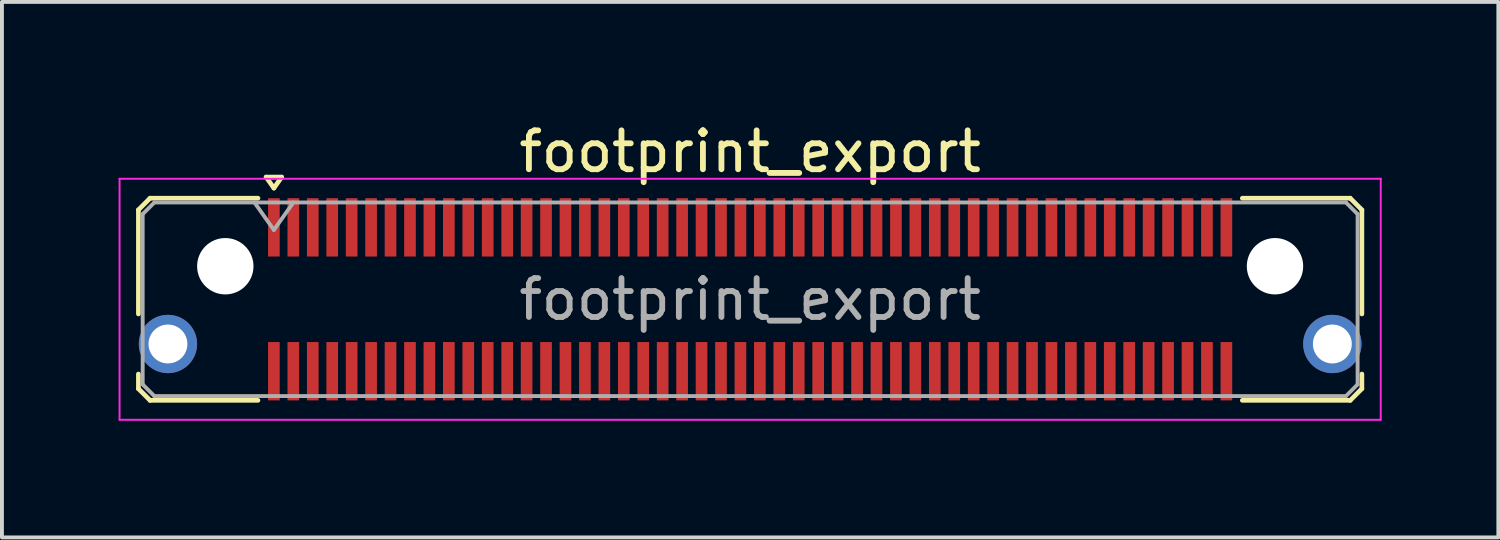
<source format=kicad_pcb>
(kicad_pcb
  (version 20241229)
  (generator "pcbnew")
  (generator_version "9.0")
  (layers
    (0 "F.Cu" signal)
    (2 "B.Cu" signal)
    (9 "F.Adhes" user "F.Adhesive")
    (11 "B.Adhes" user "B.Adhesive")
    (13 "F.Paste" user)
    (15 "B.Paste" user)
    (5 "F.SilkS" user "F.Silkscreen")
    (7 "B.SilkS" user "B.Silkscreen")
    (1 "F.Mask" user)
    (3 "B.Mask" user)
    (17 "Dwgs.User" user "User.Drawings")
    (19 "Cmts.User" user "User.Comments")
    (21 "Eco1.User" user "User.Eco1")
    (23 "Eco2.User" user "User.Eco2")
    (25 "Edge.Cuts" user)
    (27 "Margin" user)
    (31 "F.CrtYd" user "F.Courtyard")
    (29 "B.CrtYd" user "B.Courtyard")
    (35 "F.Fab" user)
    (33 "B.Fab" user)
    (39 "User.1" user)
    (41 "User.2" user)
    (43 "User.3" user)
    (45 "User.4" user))
  (footprint "footprint_export"
    (layer "F.Cu")
    (at 16.245 4.648)
    (property "Reference" "footprint_export" (at 0 -3.8 0) (layer "F.SilkS") (effects (font (size 1 1) (thickness 0.15))))
    (attr smd)
    (fp_line (start -15.735 -2.3) (end -15.735 0.377) (stroke (width 0.12) (type solid)) (layer "F.SilkS"))
    (fp_line (start -15.735 1.923) (end -15.735 2.3) (stroke (width 0.12) (type solid)) (layer "F.SilkS"))
    (fp_line (start -15.735 2.3) (end -15.435 2.6) (stroke (width 0.12) (type solid)) (layer "F.SilkS"))
    (fp_line (start -15.435 -2.6) (end -15.735 -2.3) (stroke (width 0.12) (type solid)) (layer "F.SilkS"))
    (fp_line (start -15.435 2.6) (end -12.66 2.6) (stroke (width 0.12) (type solid)) (layer "F.SilkS"))
    (fp_line (start -12.66 -2.6) (end -15.435 -2.6) (stroke (width 0.12) (type solid)) (layer "F.SilkS"))
    (fp_line (start -12.45 -3.143) (end -12.05 -3.143) (stroke (width 0.12) (type solid)) (layer "F.SilkS"))
    (fp_line (start -12.25 -2.86) (end -12.45 -3.143) (stroke (width 0.12) (type solid)) (layer "F.SilkS"))
    (fp_line (start -12.05 -3.143) (end -12.25 -2.86) (stroke (width 0.12) (type solid)) (layer "F.SilkS"))
    (fp_line (start 12.66 -2.6) (end 15.435 -2.6) (stroke (width 0.12) (type solid)) (layer "F.SilkS"))
    (fp_line (start 15.435 -2.6) (end 15.735 -2.3) (stroke (width 0.12) (type solid)) (layer "F.SilkS"))
    (fp_line (start 15.435 2.6) (end 12.66 2.6) (stroke (width 0.12) (type solid)) (layer "F.SilkS"))
    (fp_line (start 15.735 -2.3) (end 15.735 0.377) (stroke (width 0.12) (type solid)) (layer "F.SilkS"))
    (fp_line (start 15.735 1.923) (end 15.735 2.3) (stroke (width 0.12) (type solid)) (layer "F.SilkS"))
    (fp_line (start 15.735 2.3) (end 15.435 2.6) (stroke (width 0.12) (type solid)) (layer "F.SilkS"))
    (fp_line (start -16.22 -3.1) (end -16.22 3.1) (stroke (width 0.05) (type solid)) (layer "F.CrtYd"))
    (fp_line (start -16.22 3.1) (end 16.22 3.1) (stroke (width 0.05) (type solid)) (layer "F.CrtYd"))
    (fp_line (start 16.22 -3.1) (end -16.22 -3.1) (stroke (width 0.05) (type solid)) (layer "F.CrtYd"))
    (fp_line (start 16.22 3.1) (end 16.22 -3.1) (stroke (width 0.05) (type solid)) (layer "F.CrtYd"))
    (fp_line (start -15.625 -2.19) (end -15.625 2.19) (stroke (width 0.1) (type solid)) (layer "F.Fab"))
    (fp_line (start -15.625 2.19) (end -15.325 2.49) (stroke (width 0.1) (type solid)) (layer "F.Fab"))
    (fp_line (start -15.325 -2.49) (end -15.625 -2.19) (stroke (width 0.1) (type solid)) (layer "F.Fab"))
    (fp_line (start -15.325 2.49) (end 0 2.49) (stroke (width 0.1) (type solid)) (layer "F.Fab"))
    (fp_line (start -12.75 -2.49) (end -12.25 -1.783) (stroke (width 0.1) (type solid)) (layer "F.Fab"))
    (fp_line (start -12.25 -1.783) (end -11.75 -2.49) (stroke (width 0.1) (type solid)) (layer "F.Fab"))
    (fp_line (start 0 -2.49) (end -15.325 -2.49) (stroke (width 0.1) (type solid)) (layer "F.Fab"))
    (fp_line (start 0 -2.49) (end 15.325 -2.49) (stroke (width 0.1) (type solid)) (layer "F.Fab"))
    (fp_line (start 15.325 -2.49) (end 15.625 -2.19) (stroke (width 0.1) (type solid)) (layer "F.Fab"))
    (fp_line (start 15.325 2.49) (end 0 2.49) (stroke (width 0.1) (type solid)) (layer "F.Fab"))
    (fp_line (start 15.625 -2.19) (end 15.625 2.19) (stroke (width 0.1) (type solid)) (layer "F.Fab"))
    (fp_line (start 15.625 2.19) (end 15.325 2.49) (stroke (width 0.1) (type solid)) (layer "F.Fab"))
    (fp_text user "${REFERENCE}" (at 0 0 0) (layer "F.Fab") (effects (font (size 1 1) (thickness 0.15))))
    (pad "" np_thru_hole circle (at -13.5 -0.85) (size 1.45 1.45) (drill 1.45) (layers "*.Cu" "*.Mask"))
    (pad "" np_thru_hole circle (at 13.5 -0.85) (size 1.45 1.45) (drill 1.45) (layers "*.Cu" "*.Mask"))
    (pad "1" smd rect (at -12.25 -1.85) (size 0.3 1.5) (layers "F.Cu" "F.Mask" "F.Paste"))
    (pad "2" smd rect (at -12.25 1.85) (size 0.3 1.5) (layers "F.Cu" "F.Mask" "F.Paste"))
    (pad "3" smd rect (at -11.75 -1.85) (size 0.3 1.5) (layers "F.Cu" "F.Mask" "F.Paste"))
    (pad "4" smd rect (at -11.75 1.85) (size 0.3 1.5) (layers "F.Cu" "F.Mask" "F.Paste"))
    (pad "5" smd rect (at -11.25 -1.85) (size 0.3 1.5) (layers "F.Cu" "F.Mask" "F.Paste"))
    (pad "6" smd rect (at -11.25 1.85) (size 0.3 1.5) (layers "F.Cu" "F.Mask" "F.Paste"))
    (pad "7" smd rect (at -10.75 -1.85) (size 0.3 1.5) (layers "F.Cu" "F.Mask" "F.Paste"))
    (pad "8" smd rect (at -10.75 1.85) (size 0.3 1.5) (layers "F.Cu" "F.Mask" "F.Paste"))
    (pad "9" smd rect (at -10.25 -1.85) (size 0.3 1.5) (layers "F.Cu" "F.Mask" "F.Paste"))
    (pad "10" smd rect (at -10.25 1.85) (size 0.3 1.5) (layers "F.Cu" "F.Mask" "F.Paste"))
    (pad "11" smd rect (at -9.75 -1.85) (size 0.3 1.5) (layers "F.Cu" "F.Mask" "F.Paste"))
    (pad "12" smd rect (at -9.75 1.85) (size 0.3 1.5) (layers "F.Cu" "F.Mask" "F.Paste"))
    (pad "13" smd rect (at -9.25 -1.85) (size 0.3 1.5) (layers "F.Cu" "F.Mask" "F.Paste"))
    (pad "14" smd rect (at -9.25 1.85) (size 0.3 1.5) (layers "F.Cu" "F.Mask" "F.Paste"))
    (pad "15" smd rect (at -8.75 -1.85) (size 0.3 1.5) (layers "F.Cu" "F.Mask" "F.Paste"))
    (pad "16" smd rect (at -8.75 1.85) (size 0.3 1.5) (layers "F.Cu" "F.Mask" "F.Paste"))
    (pad "17" smd rect (at -8.25 -1.85) (size 0.3 1.5) (layers "F.Cu" "F.Mask" "F.Paste"))
    (pad "18" smd rect (at -8.25 1.85) (size 0.3 1.5) (layers "F.Cu" "F.Mask" "F.Paste"))
    (pad "19" smd rect (at -7.75 -1.85) (size 0.3 1.5) (layers "F.Cu" "F.Mask" "F.Paste"))
    (pad "20" smd rect (at -7.75 1.85) (size 0.3 1.5) (layers "F.Cu" "F.Mask" "F.Paste"))
    (pad "21" smd rect (at -7.25 -1.85) (size 0.3 1.5) (layers "F.Cu" "F.Mask" "F.Paste"))
    (pad "22" smd rect (at -7.25 1.85) (size 0.3 1.5) (layers "F.Cu" "F.Mask" "F.Paste"))
    (pad "23" smd rect (at -6.75 -1.85) (size 0.3 1.5) (layers "F.Cu" "F.Mask" "F.Paste"))
    (pad "24" smd rect (at -6.75 1.85) (size 0.3 1.5) (layers "F.Cu" "F.Mask" "F.Paste"))
    (pad "25" smd rect (at -6.25 -1.85) (size 0.3 1.5) (layers "F.Cu" "F.Mask" "F.Paste"))
    (pad "26" smd rect (at -6.25 1.85) (size 0.3 1.5) (layers "F.Cu" "F.Mask" "F.Paste"))
    (pad "27" smd rect (at -5.75 -1.85) (size 0.3 1.5) (layers "F.Cu" "F.Mask" "F.Paste"))
    (pad "28" smd rect (at -5.75 1.85) (size 0.3 1.5) (layers "F.Cu" "F.Mask" "F.Paste"))
    (pad "29" smd rect (at -5.25 -1.85) (size 0.3 1.5) (layers "F.Cu" "F.Mask" "F.Paste"))
    (pad "30" smd rect (at -5.25 1.85) (size 0.3 1.5) (layers "F.Cu" "F.Mask" "F.Paste"))
    (pad "31" smd rect (at -4.75 -1.85) (size 0.3 1.5) (layers "F.Cu" "F.Mask" "F.Paste"))
    (pad "32" smd rect (at -4.75 1.85) (size 0.3 1.5) (layers "F.Cu" "F.Mask" "F.Paste"))
    (pad "33" smd rect (at -4.25 -1.85) (size 0.3 1.5) (layers "F.Cu" "F.Mask" "F.Paste"))
    (pad "34" smd rect (at -4.25 1.85) (size 0.3 1.5) (layers "F.Cu" "F.Mask" "F.Paste"))
    (pad "35" smd rect (at -3.75 -1.85) (size 0.3 1.5) (layers "F.Cu" "F.Mask" "F.Paste"))
    (pad "36" smd rect (at -3.75 1.85) (size 0.3 1.5) (layers "F.Cu" "F.Mask" "F.Paste"))
    (pad "37" smd rect (at -3.25 -1.85) (size 0.3 1.5) (layers "F.Cu" "F.Mask" "F.Paste"))
    (pad "38" smd rect (at -3.25 1.85) (size 0.3 1.5) (layers "F.Cu" "F.Mask" "F.Paste"))
    (pad "39" smd rect (at -2.75 -1.85) (size 0.3 1.5) (layers "F.Cu" "F.Mask" "F.Paste"))
    (pad "40" smd rect (at -2.75 1.85) (size 0.3 1.5) (layers "F.Cu" "F.Mask" "F.Paste"))
    (pad "41" smd rect (at -2.25 -1.85) (size 0.3 1.5) (layers "F.Cu" "F.Mask" "F.Paste"))
    (pad "42" smd rect (at -2.25 1.85) (size 0.3 1.5) (layers "F.Cu" "F.Mask" "F.Paste"))
    (pad "43" smd rect (at -1.75 -1.85) (size 0.3 1.5) (layers "F.Cu" "F.Mask" "F.Paste"))
    (pad "44" smd rect (at -1.75 1.85) (size 0.3 1.5) (layers "F.Cu" "F.Mask" "F.Paste"))
    (pad "45" smd rect (at -1.25 -1.85) (size 0.3 1.5) (layers "F.Cu" "F.Mask" "F.Paste"))
    (pad "46" smd rect (at -1.25 1.85) (size 0.3 1.5) (layers "F.Cu" "F.Mask" "F.Paste"))
    (pad "47" smd rect (at -0.75 -1.85) (size 0.3 1.5) (layers "F.Cu" "F.Mask" "F.Paste"))
    (pad "48" smd rect (at -0.75 1.85) (size 0.3 1.5) (layers "F.Cu" "F.Mask" "F.Paste"))
    (pad "49" smd rect (at -0.25 -1.85) (size 0.3 1.5) (layers "F.Cu" "F.Mask" "F.Paste"))
    (pad "50" smd rect (at -0.25 1.85) (size 0.3 1.5) (layers "F.Cu" "F.Mask" "F.Paste"))
    (pad "51" smd rect (at 0.25 -1.85) (size 0.3 1.5) (layers "F.Cu" "F.Mask" "F.Paste"))
    (pad "52" smd rect (at 0.25 1.85) (size 0.3 1.5) (layers "F.Cu" "F.Mask" "F.Paste"))
    (pad "53" smd rect (at 0.75 -1.85) (size 0.3 1.5) (layers "F.Cu" "F.Mask" "F.Paste"))
    (pad "54" smd rect (at 0.75 1.85) (size 0.3 1.5) (layers "F.Cu" "F.Mask" "F.Paste"))
    (pad "55" smd rect (at 1.25 -1.85) (size 0.3 1.5) (layers "F.Cu" "F.Mask" "F.Paste"))
    (pad "56" smd rect (at 1.25 1.85) (size 0.3 1.5) (layers "F.Cu" "F.Mask" "F.Paste"))
    (pad "57" smd rect (at 1.75 -1.85) (size 0.3 1.5) (layers "F.Cu" "F.Mask" "F.Paste"))
    (pad "58" smd rect (at 1.75 1.85) (size 0.3 1.5) (layers "F.Cu" "F.Mask" "F.Paste"))
    (pad "59" smd rect (at 2.25 -1.85) (size 0.3 1.5) (layers "F.Cu" "F.Mask" "F.Paste"))
    (pad "60" smd rect (at 2.25 1.85) (size 0.3 1.5) (layers "F.Cu" "F.Mask" "F.Paste"))
    (pad "61" smd rect (at 2.75 -1.85) (size 0.3 1.5) (layers "F.Cu" "F.Mask" "F.Paste"))
    (pad "62" smd rect (at 2.75 1.85) (size 0.3 1.5) (layers "F.Cu" "F.Mask" "F.Paste"))
    (pad "63" smd rect (at 3.25 -1.85) (size 0.3 1.5) (layers "F.Cu" "F.Mask" "F.Paste"))
    (pad "64" smd rect (at 3.25 1.85) (size 0.3 1.5) (layers "F.Cu" "F.Mask" "F.Paste"))
    (pad "65" smd rect (at 3.75 -1.85) (size 0.3 1.5) (layers "F.Cu" "F.Mask" "F.Paste"))
    (pad "66" smd rect (at 3.75 1.85) (size 0.3 1.5) (layers "F.Cu" "F.Mask" "F.Paste"))
    (pad "67" smd rect (at 4.25 -1.85) (size 0.3 1.5) (layers "F.Cu" "F.Mask" "F.Paste"))
    (pad "68" smd rect (at 4.25 1.85) (size 0.3 1.5) (layers "F.Cu" "F.Mask" "F.Paste"))
    (pad "69" smd rect (at 4.75 -1.85) (size 0.3 1.5) (layers "F.Cu" "F.Mask" "F.Paste"))
    (pad "70" smd rect (at 4.75 1.85) (size 0.3 1.5) (layers "F.Cu" "F.Mask" "F.Paste"))
    (pad "71" smd rect (at 5.25 -1.85) (size 0.3 1.5) (layers "F.Cu" "F.Mask" "F.Paste"))
    (pad "72" smd rect (at 5.25 1.85) (size 0.3 1.5) (layers "F.Cu" "F.Mask" "F.Paste"))
    (pad "73" smd rect (at 5.75 -1.85) (size 0.3 1.5) (layers "F.Cu" "F.Mask" "F.Paste"))
    (pad "74" smd rect (at 5.75 1.85) (size 0.3 1.5) (layers "F.Cu" "F.Mask" "F.Paste"))
    (pad "75" smd rect (at 6.25 -1.85) (size 0.3 1.5) (layers "F.Cu" "F.Mask" "F.Paste"))
    (pad "76" smd rect (at 6.25 1.85) (size 0.3 1.5) (layers "F.Cu" "F.Mask" "F.Paste"))
    (pad "77" smd rect (at 6.75 -1.85) (size 0.3 1.5) (layers "F.Cu" "F.Mask" "F.Paste"))
    (pad "78" smd rect (at 6.75 1.85) (size 0.3 1.5) (layers "F.Cu" "F.Mask" "F.Paste"))
    (pad "79" smd rect (at 7.25 -1.85) (size 0.3 1.5) (layers "F.Cu" "F.Mask" "F.Paste"))
    (pad "80" smd rect (at 7.25 1.85) (size 0.3 1.5) (layers "F.Cu" "F.Mask" "F.Paste"))
    (pad "81" smd rect (at 7.75 -1.85) (size 0.3 1.5) (layers "F.Cu" "F.Mask" "F.Paste"))
    (pad "82" smd rect (at 7.75 1.85) (size 0.3 1.5) (layers "F.Cu" "F.Mask" "F.Paste"))
    (pad "83" smd rect (at 8.25 -1.85) (size 0.3 1.5) (layers "F.Cu" "F.Mask" "F.Paste"))
    (pad "84" smd rect (at 8.25 1.85) (size 0.3 1.5) (layers "F.Cu" "F.Mask" "F.Paste"))
    (pad "85" smd rect (at 8.75 -1.85) (size 0.3 1.5) (layers "F.Cu" "F.Mask" "F.Paste"))
    (pad "86" smd rect (at 8.75 1.85) (size 0.3 1.5) (layers "F.Cu" "F.Mask" "F.Paste"))
    (pad "87" smd rect (at 9.25 -1.85) (size 0.3 1.5) (layers "F.Cu" "F.Mask" "F.Paste"))
    (pad "88" smd rect (at 9.25 1.85) (size 0.3 1.5) (layers "F.Cu" "F.Mask" "F.Paste"))
    (pad "89" smd rect (at 9.75 -1.85) (size 0.3 1.5) (layers "F.Cu" "F.Mask" "F.Paste"))
    (pad "90" smd rect (at 9.75 1.85) (size 0.3 1.5) (layers "F.Cu" "F.Mask" "F.Paste"))
    (pad "91" smd rect (at 10.25 -1.85) (size 0.3 1.5) (layers "F.Cu" "F.Mask" "F.Paste"))
    (pad "92" smd rect (at 10.25 1.85) (size 0.3 1.5) (layers "F.Cu" "F.Mask" "F.Paste"))
    (pad "93" smd rect (at 10.75 -1.85) (size 0.3 1.5) (layers "F.Cu" "F.Mask" "F.Paste"))
    (pad "94" smd rect (at 10.75 1.85) (size 0.3 1.5) (layers "F.Cu" "F.Mask" "F.Paste"))
    (pad "95" smd rect (at 11.25 -1.85) (size 0.3 1.5) (layers "F.Cu" "F.Mask" "F.Paste"))
    (pad "96" smd rect (at 11.25 1.85) (size 0.3 1.5) (layers "F.Cu" "F.Mask" "F.Paste"))
    (pad "97" smd rect (at 11.75 -1.85) (size 0.3 1.5) (layers "F.Cu" "F.Mask" "F.Paste"))
    (pad "98" smd rect (at 11.75 1.85) (size 0.3 1.5) (layers "F.Cu" "F.Mask" "F.Paste"))
    (pad "99" smd rect (at 12.25 -1.85) (size 0.3 1.5) (layers "F.Cu" "F.Mask" "F.Paste"))
    (pad "100" smd rect (at 12.25 1.85) (size 0.3 1.5) (layers "F.Cu" "F.Mask" "F.Paste"))
    (pad "SH" thru_hole circle (at -14.975 1.15) (size 1.5 1.5) (drill 1) (layers "*.Cu" "*.Mask"))
    (pad "SH" thru_hole circle (at 14.975 1.15) (size 1.5 1.5) (drill 1) (layers "*.Cu" "*.Mask")))
  (gr_rect
    (start -3 -3)
    (end 35.49 10.773)
    (stroke (width 0.1) (type default))
    (fill no)
    (layer "Edge.Cuts")))
</source>
